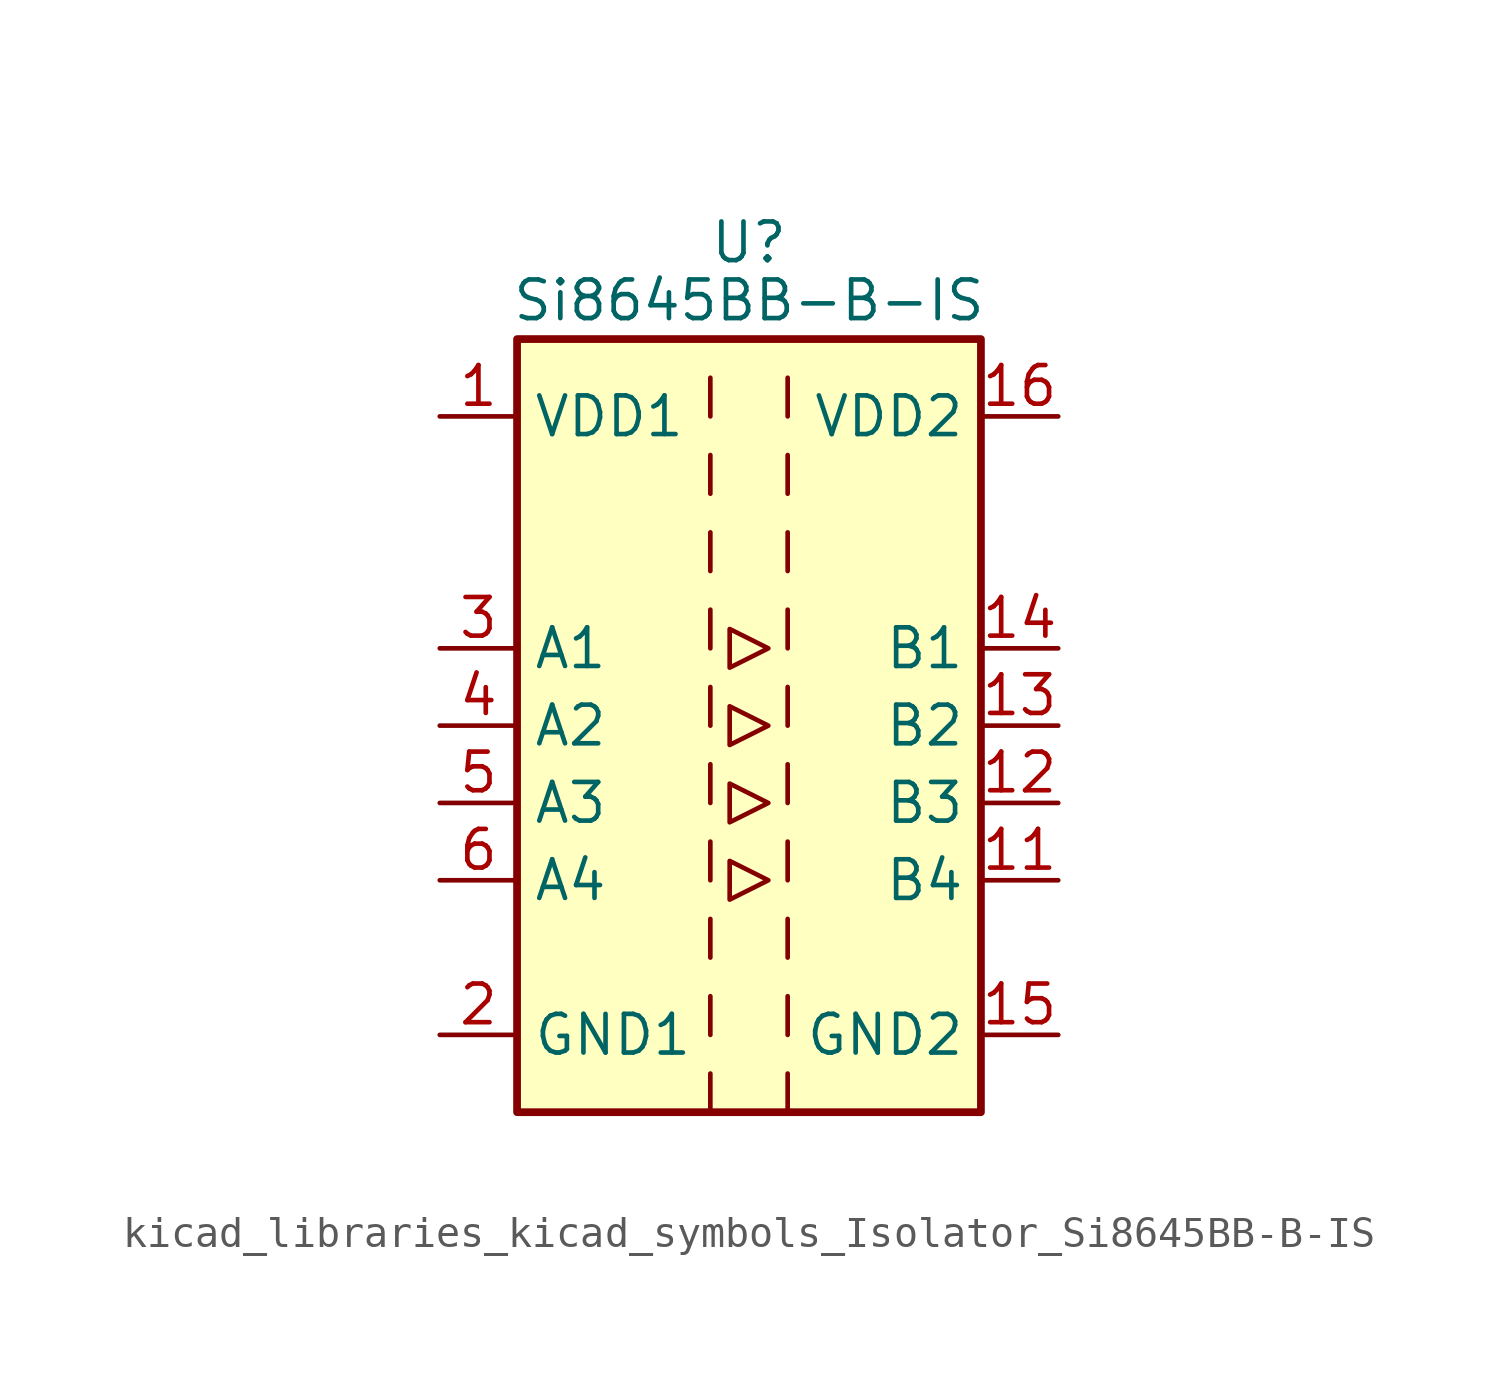
<source format=kicad_sym>
(kicad_symbol_lib
  (version 20220914)
  (generator kicad_symbol_editor)
  (symbol "kicad_libraries_kicad_symbols_Isolator_Si8645BB-B-IS"
    (property "Reference" "U"
      (at 0 15.875 0)
      (effects (font (size 1.27 1.27))))
    (property "Value" "Si8645BB-B-IS"
      (at 0 13.97 0)
      (effects (font (size 1.27 1.27))))
    (symbol "kicad_libraries_kicad_symbols_Isolator_Si8645BB-B-IS_0_1"
      (rectangle (start -7.62 12.7) (end 7.62 -12.7) (stroke (width 0.254) (type default)) (fill (type background)))
      (polyline (pts (xy -1.27 -11.43) (xy -1.27 -12.7)) (stroke (width 0) (type default)) (fill (type none)))
      (polyline (pts (xy -1.27 -8.89) (xy -1.27 -10.16)) (stroke (width 0) (type default)) (fill (type none)))
      (polyline (pts (xy -1.27 -6.35) (xy -1.27 -7.62)) (stroke (width 0) (type default)) (fill (type none)))
      (polyline (pts (xy -1.27 -3.81) (xy -1.27 -5.08)) (stroke (width 0) (type default)) (fill (type none)))
      (polyline (pts (xy -1.27 -1.27) (xy -1.27 -2.54)) (stroke (width 0) (type default)) (fill (type none)))
      (polyline (pts (xy -1.27 1.27) (xy -1.27 0)) (stroke (width 0) (type default)) (fill (type none)))
      (polyline (pts (xy -1.27 3.81) (xy -1.27 2.54)) (stroke (width 0) (type default)) (fill (type none)))
      (polyline (pts (xy -1.27 6.35) (xy -1.27 5.08)) (stroke (width 0) (type default)) (fill (type none)))
      (polyline (pts (xy -1.27 8.89) (xy -1.27 7.62)) (stroke (width 0) (type default)) (fill (type none)))
      (polyline (pts (xy -1.27 11.43) (xy -1.27 10.16)) (stroke (width 0) (type default)) (fill (type none)))
      (polyline (pts (xy 1.27 -11.43) (xy 1.27 -12.7)) (stroke (width 0) (type default)) (fill (type none)))
      (polyline (pts (xy 1.27 -8.89) (xy 1.27 -10.16)) (stroke (width 0) (type default)) (fill (type none)))
      (polyline (pts (xy 1.27 -6.35) (xy 1.27 -7.62)) (stroke (width 0) (type default)) (fill (type none)))
      (polyline (pts (xy 1.27 -3.81) (xy 1.27 -5.08)) (stroke (width 0) (type default)) (fill (type none)))
      (polyline (pts (xy 1.27 -1.27) (xy 1.27 -2.54)) (stroke (width 0) (type default)) (fill (type none)))
      (polyline (pts (xy 1.27 1.27) (xy 1.27 0)) (stroke (width 0) (type default)) (fill (type none)))
      (polyline (pts (xy 1.27 3.81) (xy 1.27 2.54)) (stroke (width 0) (type default)) (fill (type none)))
      (polyline (pts (xy 1.27 6.35) (xy 1.27 5.08)) (stroke (width 0) (type default)) (fill (type none)))
      (polyline (pts (xy 1.27 8.89) (xy 1.27 7.62)) (stroke (width 0) (type default)) (fill (type none)))
      (polyline (pts (xy 1.27 11.43) (xy 1.27 10.16)) (stroke (width 0) (type default)) (fill (type none)))
      (polyline (pts (xy -0.635 0.635) (xy -0.635 -0.635) (xy 0.635 0) (xy -0.635 0.635)) (stroke (width 0) (type default)) (fill (type none)))
      (polyline (pts (xy -0.635 3.175) (xy -0.635 1.905) (xy 0.635 2.54) (xy -0.635 3.175)) (stroke (width 0) (type default)) (fill (type none)))
      (polyline (pts (xy 0.635 -5.08) (xy -0.635 -4.445) (xy -0.635 -5.715) (xy 0.635 -5.08)) (stroke (width 0) (type default)) (fill (type none)))
      (polyline (pts (xy 0.635 -2.54) (xy -0.635 -1.905) (xy -0.635 -3.175) (xy 0.635 -2.54)) (stroke (width 0) (type default)) (fill (type none))))
    (symbol "kicad_libraries_kicad_symbols_Isolator_Si8645BB-B-IS_1_1"
      (pin power_in line (at -10.16 10.16 0) (length 2.54) (name "VDD1" (effects (font (size 1.27 1.27)))) (number "1" (effects (font (size 1.27 1.27)))))
      (pin no_connect line (at 7.62 7.62 180) (length 2.54) hide (name "NC" (effects (font (size 1.27 1.27)))) (number "10" (effects (font (size 1.27 1.27)))))
      (pin output line (at 10.16 -5.08 180) (length 2.54) (name "B4" (effects (font (size 1.27 1.27)))) (number "11" (effects (font (size 1.27 1.27)))))
      (pin output line (at 10.16 -2.54 180) (length 2.54) (name "B3" (effects (font (size 1.27 1.27)))) (number "12" (effects (font (size 1.27 1.27)))))
      (pin output line (at 10.16 0 180) (length 2.54) (name "B2" (effects (font (size 1.27 1.27)))) (number "13" (effects (font (size 1.27 1.27)))))
      (pin output line (at 10.16 2.54 180) (length 2.54) (name "B1" (effects (font (size 1.27 1.27)))) (number "14" (effects (font (size 1.27 1.27)))))
      (pin power_in line (at 10.16 -10.16 180) (length 2.54) (name "GND2" (effects (font (size 1.27 1.27)))) (number "15" (effects (font (size 1.27 1.27)))))
      (pin power_in line (at 10.16 10.16 180) (length 2.54) (name "VDD2" (effects (font (size 1.27 1.27)))) (number "16" (effects (font (size 1.27 1.27)))))
      (pin power_in line (at -10.16 -10.16 0) (length 2.54) (name "GND1" (effects (font (size 1.27 1.27)))) (number "2" (effects (font (size 1.27 1.27)))))
      (pin input line (at -10.16 2.54 0) (length 2.54) (name "A1" (effects (font (size 1.27 1.27)))) (number "3" (effects (font (size 1.27 1.27)))))
      (pin input line (at -10.16 0 0) (length 2.54) (name "A2" (effects (font (size 1.27 1.27)))) (number "4" (effects (font (size 1.27 1.27)))))
      (pin input line (at -10.16 -2.54 0) (length 2.54) (name "A3" (effects (font (size 1.27 1.27)))) (number "5" (effects (font (size 1.27 1.27)))))
      (pin input line (at -10.16 -5.08 0) (length 2.54) (name "A4" (effects (font (size 1.27 1.27)))) (number "6" (effects (font (size 1.27 1.27)))))
      (pin no_connect line (at -7.62 7.62 0) (length 2.54) hide (name "NC" (effects (font (size 1.27 1.27)))) (number "7" (effects (font (size 1.27 1.27)))))
      (pin passive line (at -10.16 -10.16 0) (length 2.54) hide (name "GND1" (effects (font (size 1.27 1.27)))) (number "8" (effects (font (size 1.27 1.27)))))
      (pin passive line (at 10.16 -10.16 180) (length 2.54) hide (name "GND2" (effects (font (size 1.27 1.27)))) (number "9" (effects (font (size 1.27 1.27))))))))
</source>
